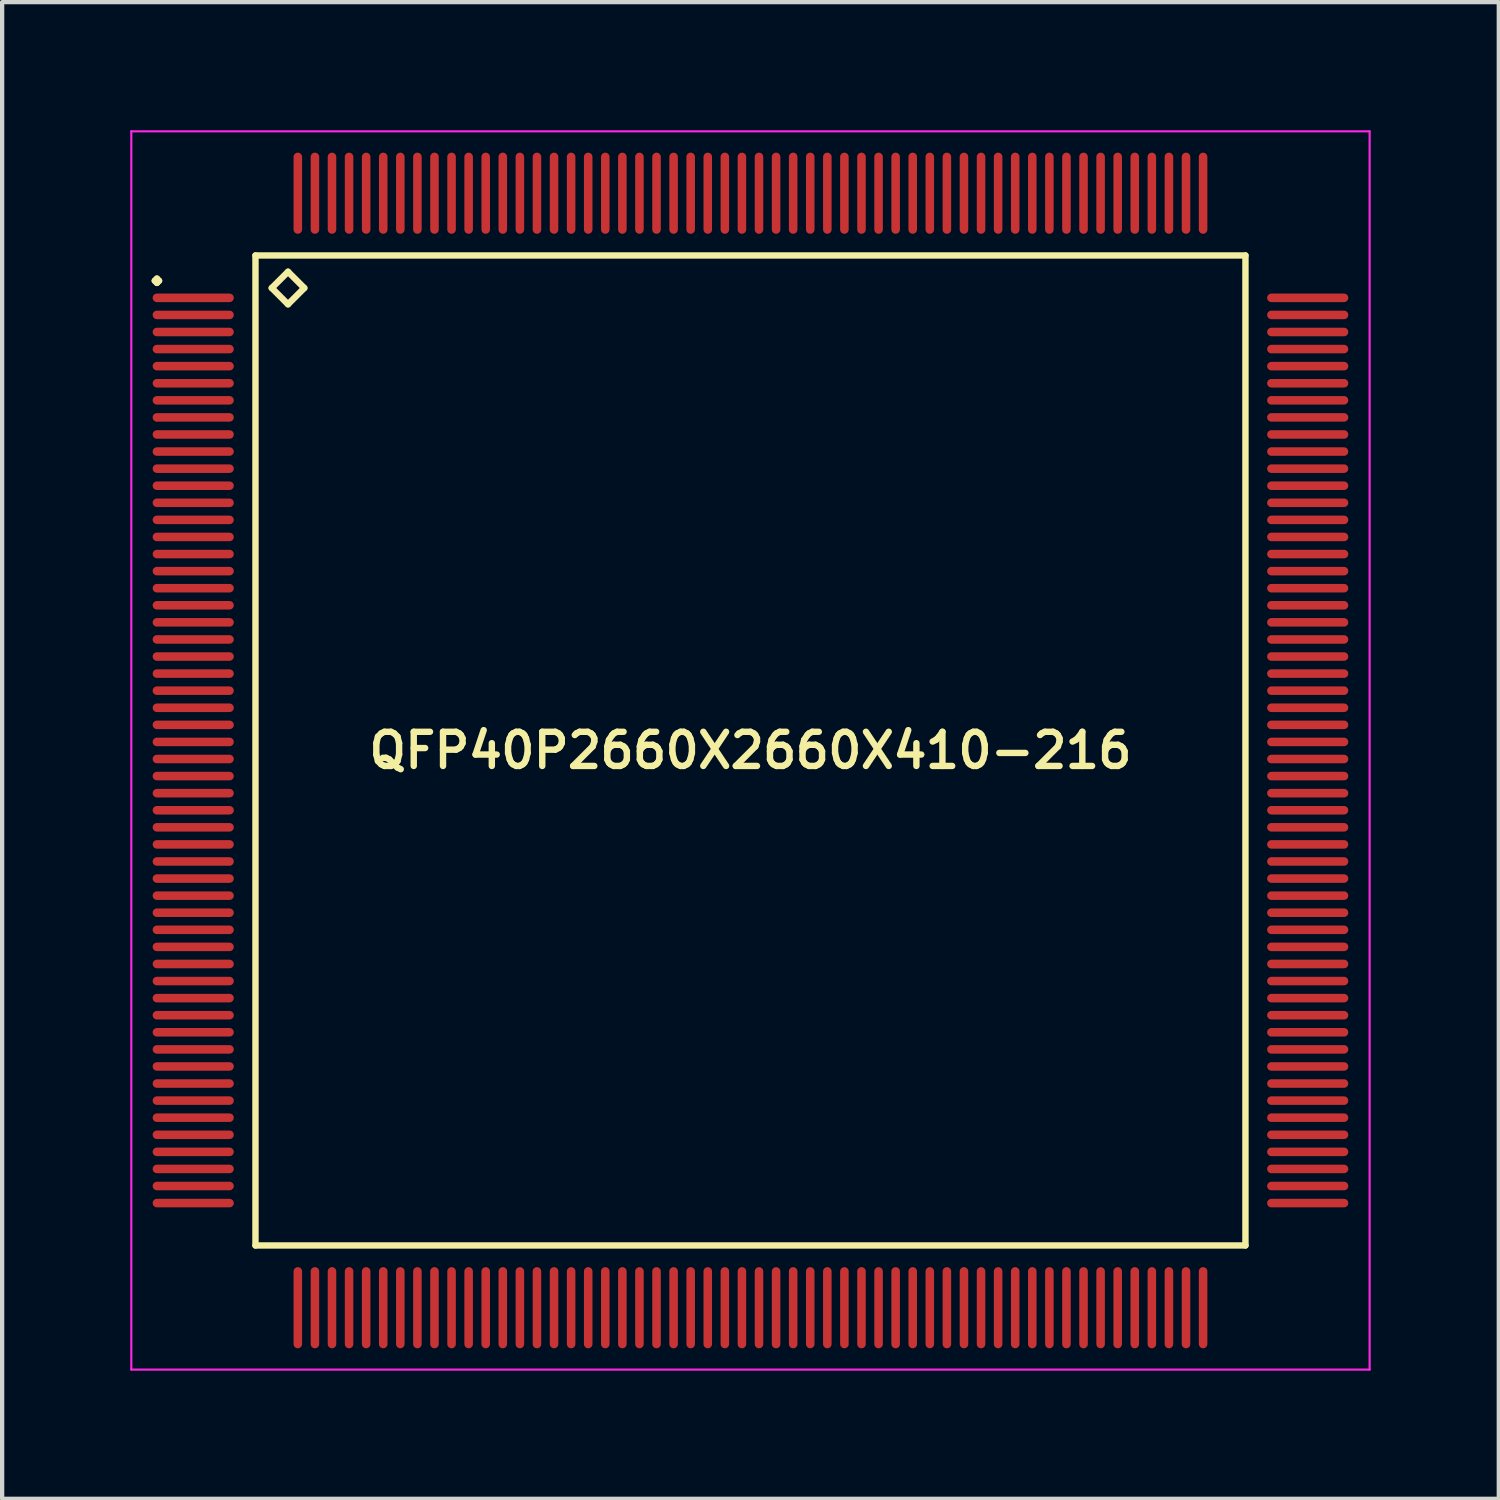
<source format=kicad_pcb>
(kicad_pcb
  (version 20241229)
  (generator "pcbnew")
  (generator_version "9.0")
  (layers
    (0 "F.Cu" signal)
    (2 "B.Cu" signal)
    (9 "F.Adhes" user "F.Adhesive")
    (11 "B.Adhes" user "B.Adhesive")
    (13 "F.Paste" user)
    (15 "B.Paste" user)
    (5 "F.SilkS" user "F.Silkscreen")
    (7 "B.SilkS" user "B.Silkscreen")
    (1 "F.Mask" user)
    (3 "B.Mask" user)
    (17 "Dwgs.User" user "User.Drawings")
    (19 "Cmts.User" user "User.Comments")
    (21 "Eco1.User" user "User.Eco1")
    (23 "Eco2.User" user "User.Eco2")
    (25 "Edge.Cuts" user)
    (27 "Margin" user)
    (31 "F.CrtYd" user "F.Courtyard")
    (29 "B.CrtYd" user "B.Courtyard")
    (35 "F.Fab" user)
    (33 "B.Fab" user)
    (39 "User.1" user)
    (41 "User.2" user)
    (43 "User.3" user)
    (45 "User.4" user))
  (footprint "QFP40P2660X2660X410-216"
    (layer "F.Cu")
    (at 14.525 14.525)
    (property "Reference" "QFP40P2660X2660X410-216" (at 0 0 0) (layer "F.SilkS") (effects (font (size 0.8 0.8) (thickness 0.15))))
    (attr smd)
    (fp_line (start -13.95 -11) (end -13.9 -11.05) (stroke (width 0.15) (type solid)) (layer "F.SilkS"))
    (fp_line (start -13.9 -11.05) (end -13.85 -11) (stroke (width 0.15) (type solid)) (layer "F.SilkS"))
    (fp_line (start -13.9 -10.95) (end -13.95 -11) (stroke (width 0.15) (type solid)) (layer "F.SilkS"))
    (fp_line (start -13.85 -11) (end -13.9 -10.95) (stroke (width 0.15) (type solid)) (layer "F.SilkS"))
    (fp_line (start -11.592 -11.592) (end -11.592 11.592) (stroke (width 0.15) (type solid)) (layer "F.SilkS"))
    (fp_line (start -11.592 11.592) (end 11.592 11.592) (stroke (width 0.15) (type solid)) (layer "F.SilkS"))
    (fp_line (start -11.211 -10.83) (end -10.83 -11.211) (stroke (width 0.15) (type solid)) (layer "F.SilkS"))
    (fp_line (start -10.83 -11.211) (end -10.449 -10.83) (stroke (width 0.15) (type solid)) (layer "F.SilkS"))
    (fp_line (start -10.83 -10.449) (end -11.211 -10.83) (stroke (width 0.15) (type solid)) (layer "F.SilkS"))
    (fp_line (start -10.449 -10.83) (end -10.83 -10.449) (stroke (width 0.15) (type solid)) (layer "F.SilkS"))
    (fp_line (start 11.592 -11.592) (end -11.592 -11.592) (stroke (width 0.15) (type solid)) (layer "F.SilkS"))
    (fp_line (start 11.592 11.592) (end 11.592 -11.592) (stroke (width 0.15) (type solid)) (layer "F.SilkS"))
    (fp_line (start -14.5 -14.5) (end 14.5 -14.5) (stroke (width 0.05) (type solid)) (layer "F.CrtYd"))
    (fp_line (start -14.5 14.5) (end -14.5 -14.5) (stroke (width 0.05) (type solid)) (layer "F.CrtYd"))
    (fp_line (start 14.5 -14.5) (end 14.5 14.5) (stroke (width 0.05) (type solid)) (layer "F.CrtYd"))
    (fp_line (start 14.5 14.5) (end -14.5 14.5) (stroke (width 0.05) (type solid)) (layer "F.CrtYd"))
    (pad "1" smd oval (at -13.05 -10.6) (size 1.9 0.2) (layers "F.Cu" "F.Mask" "F.Paste"))
    (pad "2" smd oval (at -13.05 -10.2) (size 1.9 0.2) (layers "F.Cu" "F.Mask" "F.Paste"))
    (pad "3" smd oval (at -13.05 -9.8) (size 1.9 0.2) (layers "F.Cu" "F.Mask" "F.Paste"))
    (pad "4" smd oval (at -13.05 -9.4) (size 1.9 0.2) (layers "F.Cu" "F.Mask" "F.Paste"))
    (pad "5" smd oval (at -13.05 -9) (size 1.9 0.2) (layers "F.Cu" "F.Mask" "F.Paste"))
    (pad "6" smd oval (at -13.05 -8.6) (size 1.9 0.2) (layers "F.Cu" "F.Mask" "F.Paste"))
    (pad "7" smd oval (at -13.05 -8.2) (size 1.9 0.2) (layers "F.Cu" "F.Mask" "F.Paste"))
    (pad "8" smd oval (at -13.05 -7.8) (size 1.9 0.2) (layers "F.Cu" "F.Mask" "F.Paste"))
    (pad "9" smd oval (at -13.05 -7.4) (size 1.9 0.2) (layers "F.Cu" "F.Mask" "F.Paste"))
    (pad "10" smd oval (at -13.05 -7) (size 1.9 0.2) (layers "F.Cu" "F.Mask" "F.Paste"))
    (pad "11" smd oval (at -13.05 -6.6) (size 1.9 0.2) (layers "F.Cu" "F.Mask" "F.Paste"))
    (pad "12" smd oval (at -13.05 -6.2) (size 1.9 0.2) (layers "F.Cu" "F.Mask" "F.Paste"))
    (pad "13" smd oval (at -13.05 -5.8) (size 1.9 0.2) (layers "F.Cu" "F.Mask" "F.Paste"))
    (pad "14" smd oval (at -13.05 -5.4) (size 1.9 0.2) (layers "F.Cu" "F.Mask" "F.Paste"))
    (pad "15" smd oval (at -13.05 -5) (size 1.9 0.2) (layers "F.Cu" "F.Mask" "F.Paste"))
    (pad "16" smd oval (at -13.05 -4.6) (size 1.9 0.2) (layers "F.Cu" "F.Mask" "F.Paste"))
    (pad "17" smd oval (at -13.05 -4.2) (size 1.9 0.2) (layers "F.Cu" "F.Mask" "F.Paste"))
    (pad "18" smd oval (at -13.05 -3.8) (size 1.9 0.2) (layers "F.Cu" "F.Mask" "F.Paste"))
    (pad "19" smd oval (at -13.05 -3.4) (size 1.9 0.2) (layers "F.Cu" "F.Mask" "F.Paste"))
    (pad "20" smd oval (at -13.05 -3) (size 1.9 0.2) (layers "F.Cu" "F.Mask" "F.Paste"))
    (pad "21" smd oval (at -13.05 -2.6) (size 1.9 0.2) (layers "F.Cu" "F.Mask" "F.Paste"))
    (pad "22" smd oval (at -13.05 -2.2) (size 1.9 0.2) (layers "F.Cu" "F.Mask" "F.Paste"))
    (pad "23" smd oval (at -13.05 -1.8) (size 1.9 0.2) (layers "F.Cu" "F.Mask" "F.Paste"))
    (pad "24" smd oval (at -13.05 -1.4) (size 1.9 0.2) (layers "F.Cu" "F.Mask" "F.Paste"))
    (pad "25" smd oval (at -13.05 -1) (size 1.9 0.2) (layers "F.Cu" "F.Mask" "F.Paste"))
    (pad "26" smd oval (at -13.05 -0.6) (size 1.9 0.2) (layers "F.Cu" "F.Mask" "F.Paste"))
    (pad "27" smd oval (at -13.05 -0.2) (size 1.9 0.2) (layers "F.Cu" "F.Mask" "F.Paste"))
    (pad "28" smd oval (at -13.05 0.2) (size 1.9 0.2) (layers "F.Cu" "F.Mask" "F.Paste"))
    (pad "29" smd oval (at -13.05 0.6) (size 1.9 0.2) (layers "F.Cu" "F.Mask" "F.Paste"))
    (pad "30" smd oval (at -13.05 1) (size 1.9 0.2) (layers "F.Cu" "F.Mask" "F.Paste"))
    (pad "31" smd oval (at -13.05 1.4) (size 1.9 0.2) (layers "F.Cu" "F.Mask" "F.Paste"))
    (pad "32" smd oval (at -13.05 1.8) (size 1.9 0.2) (layers "F.Cu" "F.Mask" "F.Paste"))
    (pad "33" smd oval (at -13.05 2.2) (size 1.9 0.2) (layers "F.Cu" "F.Mask" "F.Paste"))
    (pad "34" smd oval (at -13.05 2.6) (size 1.9 0.2) (layers "F.Cu" "F.Mask" "F.Paste"))
    (pad "35" smd oval (at -13.05 3) (size 1.9 0.2) (layers "F.Cu" "F.Mask" "F.Paste"))
    (pad "36" smd oval (at -13.05 3.4) (size 1.9 0.2) (layers "F.Cu" "F.Mask" "F.Paste"))
    (pad "37" smd oval (at -13.05 3.8) (size 1.9 0.2) (layers "F.Cu" "F.Mask" "F.Paste"))
    (pad "38" smd oval (at -13.05 4.2) (size 1.9 0.2) (layers "F.Cu" "F.Mask" "F.Paste"))
    (pad "39" smd oval (at -13.05 4.6) (size 1.9 0.2) (layers "F.Cu" "F.Mask" "F.Paste"))
    (pad "40" smd oval (at -13.05 5) (size 1.9 0.2) (layers "F.Cu" "F.Mask" "F.Paste"))
    (pad "41" smd oval (at -13.05 5.4) (size 1.9 0.2) (layers "F.Cu" "F.Mask" "F.Paste"))
    (pad "42" smd oval (at -13.05 5.8) (size 1.9 0.2) (layers "F.Cu" "F.Mask" "F.Paste"))
    (pad "43" smd oval (at -13.05 6.2) (size 1.9 0.2) (layers "F.Cu" "F.Mask" "F.Paste"))
    (pad "44" smd oval (at -13.05 6.6) (size 1.9 0.2) (layers "F.Cu" "F.Mask" "F.Paste"))
    (pad "45" smd oval (at -13.05 7) (size 1.9 0.2) (layers "F.Cu" "F.Mask" "F.Paste"))
    (pad "46" smd oval (at -13.05 7.4) (size 1.9 0.2) (layers "F.Cu" "F.Mask" "F.Paste"))
    (pad "47" smd oval (at -13.05 7.8) (size 1.9 0.2) (layers "F.Cu" "F.Mask" "F.Paste"))
    (pad "48" smd oval (at -13.05 8.2) (size 1.9 0.2) (layers "F.Cu" "F.Mask" "F.Paste"))
    (pad "49" smd oval (at -13.05 8.6) (size 1.9 0.2) (layers "F.Cu" "F.Mask" "F.Paste"))
    (pad "50" smd oval (at -13.05 9) (size 1.9 0.2) (layers "F.Cu" "F.Mask" "F.Paste"))
    (pad "51" smd oval (at -13.05 9.4) (size 1.9 0.2) (layers "F.Cu" "F.Mask" "F.Paste"))
    (pad "52" smd oval (at -13.05 9.8) (size 1.9 0.2) (layers "F.Cu" "F.Mask" "F.Paste"))
    (pad "53" smd oval (at -13.05 10.2) (size 1.9 0.2) (layers "F.Cu" "F.Mask" "F.Paste"))
    (pad "54" smd oval (at -13.05 10.6) (size 1.9 0.2) (layers "F.Cu" "F.Mask" "F.Paste"))
    (pad "55" smd oval (at -10.6 13.05) (size 0.2 1.9) (layers "F.Cu" "F.Mask" "F.Paste"))
    (pad "56" smd oval (at -10.2 13.05) (size 0.2 1.9) (layers "F.Cu" "F.Mask" "F.Paste"))
    (pad "57" smd oval (at -9.8 13.05) (size 0.2 1.9) (layers "F.Cu" "F.Mask" "F.Paste"))
    (pad "58" smd oval (at -9.4 13.05) (size 0.2 1.9) (layers "F.Cu" "F.Mask" "F.Paste"))
    (pad "59" smd oval (at -9 13.05) (size 0.2 1.9) (layers "F.Cu" "F.Mask" "F.Paste"))
    (pad "60" smd oval (at -8.6 13.05) (size 0.2 1.9) (layers "F.Cu" "F.Mask" "F.Paste"))
    (pad "61" smd oval (at -8.2 13.05) (size 0.2 1.9) (layers "F.Cu" "F.Mask" "F.Paste"))
    (pad "62" smd oval (at -7.8 13.05) (size 0.2 1.9) (layers "F.Cu" "F.Mask" "F.Paste"))
    (pad "63" smd oval (at -7.4 13.05) (size 0.2 1.9) (layers "F.Cu" "F.Mask" "F.Paste"))
    (pad "64" smd oval (at -7 13.05) (size 0.2 1.9) (layers "F.Cu" "F.Mask" "F.Paste"))
    (pad "65" smd oval (at -6.6 13.05) (size 0.2 1.9) (layers "F.Cu" "F.Mask" "F.Paste"))
    (pad "66" smd oval (at -6.2 13.05) (size 0.2 1.9) (layers "F.Cu" "F.Mask" "F.Paste"))
    (pad "67" smd oval (at -5.8 13.05) (size 0.2 1.9) (layers "F.Cu" "F.Mask" "F.Paste"))
    (pad "68" smd oval (at -5.4 13.05) (size 0.2 1.9) (layers "F.Cu" "F.Mask" "F.Paste"))
    (pad "69" smd oval (at -5 13.05) (size 0.2 1.9) (layers "F.Cu" "F.Mask" "F.Paste"))
    (pad "70" smd oval (at -4.6 13.05) (size 0.2 1.9) (layers "F.Cu" "F.Mask" "F.Paste"))
    (pad "71" smd oval (at -4.2 13.05) (size 0.2 1.9) (layers "F.Cu" "F.Mask" "F.Paste"))
    (pad "72" smd oval (at -3.8 13.05) (size 0.2 1.9) (layers "F.Cu" "F.Mask" "F.Paste"))
    (pad "73" smd oval (at -3.4 13.05) (size 0.2 1.9) (layers "F.Cu" "F.Mask" "F.Paste"))
    (pad "74" smd oval (at -3 13.05) (size 0.2 1.9) (layers "F.Cu" "F.Mask" "F.Paste"))
    (pad "75" smd oval (at -2.6 13.05) (size 0.2 1.9) (layers "F.Cu" "F.Mask" "F.Paste"))
    (pad "76" smd oval (at -2.2 13.05) (size 0.2 1.9) (layers "F.Cu" "F.Mask" "F.Paste"))
    (pad "77" smd oval (at -1.8 13.05) (size 0.2 1.9) (layers "F.Cu" "F.Mask" "F.Paste"))
    (pad "78" smd oval (at -1.4 13.05) (size 0.2 1.9) (layers "F.Cu" "F.Mask" "F.Paste"))
    (pad "79" smd oval (at -1 13.05) (size 0.2 1.9) (layers "F.Cu" "F.Mask" "F.Paste"))
    (pad "80" smd oval (at -0.6 13.05) (size 0.2 1.9) (layers "F.Cu" "F.Mask" "F.Paste"))
    (pad "81" smd oval (at -0.2 13.05) (size 0.2 1.9) (layers "F.Cu" "F.Mask" "F.Paste"))
    (pad "82" smd oval (at 0.2 13.05) (size 0.2 1.9) (layers "F.Cu" "F.Mask" "F.Paste"))
    (pad "83" smd oval (at 0.6 13.05) (size 0.2 1.9) (layers "F.Cu" "F.Mask" "F.Paste"))
    (pad "84" smd oval (at 1 13.05) (size 0.2 1.9) (layers "F.Cu" "F.Mask" "F.Paste"))
    (pad "85" smd oval (at 1.4 13.05) (size 0.2 1.9) (layers "F.Cu" "F.Mask" "F.Paste"))
    (pad "86" smd oval (at 1.8 13.05) (size 0.2 1.9) (layers "F.Cu" "F.Mask" "F.Paste"))
    (pad "87" smd oval (at 2.2 13.05) (size 0.2 1.9) (layers "F.Cu" "F.Mask" "F.Paste"))
    (pad "88" smd oval (at 2.6 13.05) (size 0.2 1.9) (layers "F.Cu" "F.Mask" "F.Paste"))
    (pad "89" smd oval (at 3 13.05) (size 0.2 1.9) (layers "F.Cu" "F.Mask" "F.Paste"))
    (pad "90" smd oval (at 3.4 13.05) (size 0.2 1.9) (layers "F.Cu" "F.Mask" "F.Paste"))
    (pad "91" smd oval (at 3.8 13.05) (size 0.2 1.9) (layers "F.Cu" "F.Mask" "F.Paste"))
    (pad "92" smd oval (at 4.2 13.05) (size 0.2 1.9) (layers "F.Cu" "F.Mask" "F.Paste"))
    (pad "93" smd oval (at 4.6 13.05) (size 0.2 1.9) (layers "F.Cu" "F.Mask" "F.Paste"))
    (pad "94" smd oval (at 5 13.05) (size 0.2 1.9) (layers "F.Cu" "F.Mask" "F.Paste"))
    (pad "95" smd oval (at 5.4 13.05) (size 0.2 1.9) (layers "F.Cu" "F.Mask" "F.Paste"))
    (pad "96" smd oval (at 5.8 13.05) (size 0.2 1.9) (layers "F.Cu" "F.Mask" "F.Paste"))
    (pad "97" smd oval (at 6.2 13.05) (size 0.2 1.9) (layers "F.Cu" "F.Mask" "F.Paste"))
    (pad "98" smd oval (at 6.6 13.05) (size 0.2 1.9) (layers "F.Cu" "F.Mask" "F.Paste"))
    (pad "99" smd oval (at 7 13.05) (size 0.2 1.9) (layers "F.Cu" "F.Mask" "F.Paste"))
    (pad "100" smd oval (at 7.4 13.05) (size 0.2 1.9) (layers "F.Cu" "F.Mask" "F.Paste"))
    (pad "101" smd oval (at 7.8 13.05) (size 0.2 1.9) (layers "F.Cu" "F.Mask" "F.Paste"))
    (pad "102" smd oval (at 8.2 13.05) (size 0.2 1.9) (layers "F.Cu" "F.Mask" "F.Paste"))
    (pad "103" smd oval (at 8.6 13.05) (size 0.2 1.9) (layers "F.Cu" "F.Mask" "F.Paste"))
    (pad "104" smd oval (at 9 13.05) (size 0.2 1.9) (layers "F.Cu" "F.Mask" "F.Paste"))
    (pad "105" smd oval (at 9.4 13.05) (size 0.2 1.9) (layers "F.Cu" "F.Mask" "F.Paste"))
    (pad "106" smd oval (at 9.8 13.05) (size 0.2 1.9) (layers "F.Cu" "F.Mask" "F.Paste"))
    (pad "107" smd oval (at 10.2 13.05) (size 0.2 1.9) (layers "F.Cu" "F.Mask" "F.Paste"))
    (pad "108" smd oval (at 10.6 13.05) (size 0.2 1.9) (layers "F.Cu" "F.Mask" "F.Paste"))
    (pad "109" smd oval (at 13.05 10.6) (size 1.9 0.2) (layers "F.Cu" "F.Mask" "F.Paste"))
    (pad "110" smd oval (at 13.05 10.2) (size 1.9 0.2) (layers "F.Cu" "F.Mask" "F.Paste"))
    (pad "111" smd oval (at 13.05 9.8) (size 1.9 0.2) (layers "F.Cu" "F.Mask" "F.Paste"))
    (pad "112" smd oval (at 13.05 9.4) (size 1.9 0.2) (layers "F.Cu" "F.Mask" "F.Paste"))
    (pad "113" smd oval (at 13.05 9) (size 1.9 0.2) (layers "F.Cu" "F.Mask" "F.Paste"))
    (pad "114" smd oval (at 13.05 8.6) (size 1.9 0.2) (layers "F.Cu" "F.Mask" "F.Paste"))
    (pad "115" smd oval (at 13.05 8.2) (size 1.9 0.2) (layers "F.Cu" "F.Mask" "F.Paste"))
    (pad "116" smd oval (at 13.05 7.8) (size 1.9 0.2) (layers "F.Cu" "F.Mask" "F.Paste"))
    (pad "117" smd oval (at 13.05 7.4) (size 1.9 0.2) (layers "F.Cu" "F.Mask" "F.Paste"))
    (pad "118" smd oval (at 13.05 7) (size 1.9 0.2) (layers "F.Cu" "F.Mask" "F.Paste"))
    (pad "119" smd oval (at 13.05 6.6) (size 1.9 0.2) (layers "F.Cu" "F.Mask" "F.Paste"))
    (pad "120" smd oval (at 13.05 6.2) (size 1.9 0.2) (layers "F.Cu" "F.Mask" "F.Paste"))
    (pad "121" smd oval (at 13.05 5.8) (size 1.9 0.2) (layers "F.Cu" "F.Mask" "F.Paste"))
    (pad "122" smd oval (at 13.05 5.4) (size 1.9 0.2) (layers "F.Cu" "F.Mask" "F.Paste"))
    (pad "123" smd oval (at 13.05 5) (size 1.9 0.2) (layers "F.Cu" "F.Mask" "F.Paste"))
    (pad "124" smd oval (at 13.05 4.6) (size 1.9 0.2) (layers "F.Cu" "F.Mask" "F.Paste"))
    (pad "125" smd oval (at 13.05 4.2) (size 1.9 0.2) (layers "F.Cu" "F.Mask" "F.Paste"))
    (pad "126" smd oval (at 13.05 3.8) (size 1.9 0.2) (layers "F.Cu" "F.Mask" "F.Paste"))
    (pad "127" smd oval (at 13.05 3.4) (size 1.9 0.2) (layers "F.Cu" "F.Mask" "F.Paste"))
    (pad "128" smd oval (at 13.05 3) (size 1.9 0.2) (layers "F.Cu" "F.Mask" "F.Paste"))
    (pad "129" smd oval (at 13.05 2.6) (size 1.9 0.2) (layers "F.Cu" "F.Mask" "F.Paste"))
    (pad "130" smd oval (at 13.05 2.2) (size 1.9 0.2) (layers "F.Cu" "F.Mask" "F.Paste"))
    (pad "131" smd oval (at 13.05 1.8) (size 1.9 0.2) (layers "F.Cu" "F.Mask" "F.Paste"))
    (pad "132" smd oval (at 13.05 1.4) (size 1.9 0.2) (layers "F.Cu" "F.Mask" "F.Paste"))
    (pad "133" smd oval (at 13.05 1) (size 1.9 0.2) (layers "F.Cu" "F.Mask" "F.Paste"))
    (pad "134" smd oval (at 13.05 0.6) (size 1.9 0.2) (layers "F.Cu" "F.Mask" "F.Paste"))
    (pad "135" smd oval (at 13.05 0.2) (size 1.9 0.2) (layers "F.Cu" "F.Mask" "F.Paste"))
    (pad "136" smd oval (at 13.05 -0.2) (size 1.9 0.2) (layers "F.Cu" "F.Mask" "F.Paste"))
    (pad "137" smd oval (at 13.05 -0.6) (size 1.9 0.2) (layers "F.Cu" "F.Mask" "F.Paste"))
    (pad "138" smd oval (at 13.05 -1) (size 1.9 0.2) (layers "F.Cu" "F.Mask" "F.Paste"))
    (pad "139" smd oval (at 13.05 -1.4) (size 1.9 0.2) (layers "F.Cu" "F.Mask" "F.Paste"))
    (pad "140" smd oval (at 13.05 -1.8) (size 1.9 0.2) (layers "F.Cu" "F.Mask" "F.Paste"))
    (pad "141" smd oval (at 13.05 -2.2) (size 1.9 0.2) (layers "F.Cu" "F.Mask" "F.Paste"))
    (pad "142" smd oval (at 13.05 -2.6) (size 1.9 0.2) (layers "F.Cu" "F.Mask" "F.Paste"))
    (pad "143" smd oval (at 13.05 -3) (size 1.9 0.2) (layers "F.Cu" "F.Mask" "F.Paste"))
    (pad "144" smd oval (at 13.05 -3.4) (size 1.9 0.2) (layers "F.Cu" "F.Mask" "F.Paste"))
    (pad "145" smd oval (at 13.05 -3.8) (size 1.9 0.2) (layers "F.Cu" "F.Mask" "F.Paste"))
    (pad "146" smd oval (at 13.05 -4.2) (size 1.9 0.2) (layers "F.Cu" "F.Mask" "F.Paste"))
    (pad "147" smd oval (at 13.05 -4.6) (size 1.9 0.2) (layers "F.Cu" "F.Mask" "F.Paste"))
    (pad "148" smd oval (at 13.05 -5) (size 1.9 0.2) (layers "F.Cu" "F.Mask" "F.Paste"))
    (pad "149" smd oval (at 13.05 -5.4) (size 1.9 0.2) (layers "F.Cu" "F.Mask" "F.Paste"))
    (pad "150" smd oval (at 13.05 -5.8) (size 1.9 0.2) (layers "F.Cu" "F.Mask" "F.Paste"))
    (pad "151" smd oval (at 13.05 -6.2) (size 1.9 0.2) (layers "F.Cu" "F.Mask" "F.Paste"))
    (pad "152" smd oval (at 13.05 -6.6) (size 1.9 0.2) (layers "F.Cu" "F.Mask" "F.Paste"))
    (pad "153" smd oval (at 13.05 -7) (size 1.9 0.2) (layers "F.Cu" "F.Mask" "F.Paste"))
    (pad "154" smd oval (at 13.05 -7.4) (size 1.9 0.2) (layers "F.Cu" "F.Mask" "F.Paste"))
    (pad "155" smd oval (at 13.05 -7.8) (size 1.9 0.2) (layers "F.Cu" "F.Mask" "F.Paste"))
    (pad "156" smd oval (at 13.05 -8.2) (size 1.9 0.2) (layers "F.Cu" "F.Mask" "F.Paste"))
    (pad "157" smd oval (at 13.05 -8.6) (size 1.9 0.2) (layers "F.Cu" "F.Mask" "F.Paste"))
    (pad "158" smd oval (at 13.05 -9) (size 1.9 0.2) (layers "F.Cu" "F.Mask" "F.Paste"))
    (pad "159" smd oval (at 13.05 -9.4) (size 1.9 0.2) (layers "F.Cu" "F.Mask" "F.Paste"))
    (pad "160" smd oval (at 13.05 -9.8) (size 1.9 0.2) (layers "F.Cu" "F.Mask" "F.Paste"))
    (pad "161" smd oval (at 13.05 -10.2) (size 1.9 0.2) (layers "F.Cu" "F.Mask" "F.Paste"))
    (pad "162" smd oval (at 13.05 -10.6) (size 1.9 0.2) (layers "F.Cu" "F.Mask" "F.Paste"))
    (pad "163" smd oval (at 10.6 -13.05) (size 0.2 1.9) (layers "F.Cu" "F.Mask" "F.Paste"))
    (pad "164" smd oval (at 10.2 -13.05) (size 0.2 1.9) (layers "F.Cu" "F.Mask" "F.Paste"))
    (pad "165" smd oval (at 9.8 -13.05) (size 0.2 1.9) (layers "F.Cu" "F.Mask" "F.Paste"))
    (pad "166" smd oval (at 9.4 -13.05) (size 0.2 1.9) (layers "F.Cu" "F.Mask" "F.Paste"))
    (pad "167" smd oval (at 9 -13.05) (size 0.2 1.9) (layers "F.Cu" "F.Mask" "F.Paste"))
    (pad "168" smd oval (at 8.6 -13.05) (size 0.2 1.9) (layers "F.Cu" "F.Mask" "F.Paste"))
    (pad "169" smd oval (at 8.2 -13.05) (size 0.2 1.9) (layers "F.Cu" "F.Mask" "F.Paste"))
    (pad "170" smd oval (at 7.8 -13.05) (size 0.2 1.9) (layers "F.Cu" "F.Mask" "F.Paste"))
    (pad "171" smd oval (at 7.4 -13.05) (size 0.2 1.9) (layers "F.Cu" "F.Mask" "F.Paste"))
    (pad "172" smd oval (at 7 -13.05) (size 0.2 1.9) (layers "F.Cu" "F.Mask" "F.Paste"))
    (pad "173" smd oval (at 6.6 -13.05) (size 0.2 1.9) (layers "F.Cu" "F.Mask" "F.Paste"))
    (pad "174" smd oval (at 6.2 -13.05) (size 0.2 1.9) (layers "F.Cu" "F.Mask" "F.Paste"))
    (pad "175" smd oval (at 5.8 -13.05) (size 0.2 1.9) (layers "F.Cu" "F.Mask" "F.Paste"))
    (pad "176" smd oval (at 5.4 -13.05) (size 0.2 1.9) (layers "F.Cu" "F.Mask" "F.Paste"))
    (pad "177" smd oval (at 5 -13.05) (size 0.2 1.9) (layers "F.Cu" "F.Mask" "F.Paste"))
    (pad "178" smd oval (at 4.6 -13.05) (size 0.2 1.9) (layers "F.Cu" "F.Mask" "F.Paste"))
    (pad "179" smd oval (at 4.2 -13.05) (size 0.2 1.9) (layers "F.Cu" "F.Mask" "F.Paste"))
    (pad "180" smd oval (at 3.8 -13.05) (size 0.2 1.9) (layers "F.Cu" "F.Mask" "F.Paste"))
    (pad "181" smd oval (at 3.4 -13.05) (size 0.2 1.9) (layers "F.Cu" "F.Mask" "F.Paste"))
    (pad "182" smd oval (at 3 -13.05) (size 0.2 1.9) (layers "F.Cu" "F.Mask" "F.Paste"))
    (pad "183" smd oval (at 2.6 -13.05) (size 0.2 1.9) (layers "F.Cu" "F.Mask" "F.Paste"))
    (pad "184" smd oval (at 2.2 -13.05) (size 0.2 1.9) (layers "F.Cu" "F.Mask" "F.Paste"))
    (pad "185" smd oval (at 1.8 -13.05) (size 0.2 1.9) (layers "F.Cu" "F.Mask" "F.Paste"))
    (pad "186" smd oval (at 1.4 -13.05) (size 0.2 1.9) (layers "F.Cu" "F.Mask" "F.Paste"))
    (pad "187" smd oval (at 1 -13.05) (size 0.2 1.9) (layers "F.Cu" "F.Mask" "F.Paste"))
    (pad "188" smd oval (at 0.6 -13.05) (size 0.2 1.9) (layers "F.Cu" "F.Mask" "F.Paste"))
    (pad "189" smd oval (at 0.2 -13.05) (size 0.2 1.9) (layers "F.Cu" "F.Mask" "F.Paste"))
    (pad "190" smd oval (at -0.2 -13.05) (size 0.2 1.9) (layers "F.Cu" "F.Mask" "F.Paste"))
    (pad "191" smd oval (at -0.6 -13.05) (size 0.2 1.9) (layers "F.Cu" "F.Mask" "F.Paste"))
    (pad "192" smd oval (at -1 -13.05) (size 0.2 1.9) (layers "F.Cu" "F.Mask" "F.Paste"))
    (pad "193" smd oval (at -1.4 -13.05) (size 0.2 1.9) (layers "F.Cu" "F.Mask" "F.Paste"))
    (pad "194" smd oval (at -1.8 -13.05) (size 0.2 1.9) (layers "F.Cu" "F.Mask" "F.Paste"))
    (pad "195" smd oval (at -2.2 -13.05) (size 0.2 1.9) (layers "F.Cu" "F.Mask" "F.Paste"))
    (pad "196" smd oval (at -2.6 -13.05) (size 0.2 1.9) (layers "F.Cu" "F.Mask" "F.Paste"))
    (pad "197" smd oval (at -3 -13.05) (size 0.2 1.9) (layers "F.Cu" "F.Mask" "F.Paste"))
    (pad "198" smd oval (at -3.4 -13.05) (size 0.2 1.9) (layers "F.Cu" "F.Mask" "F.Paste"))
    (pad "199" smd oval (at -3.8 -13.05) (size 0.2 1.9) (layers "F.Cu" "F.Mask" "F.Paste"))
    (pad "200" smd oval (at -4.2 -13.05) (size 0.2 1.9) (layers "F.Cu" "F.Mask" "F.Paste"))
    (pad "201" smd oval (at -4.6 -13.05) (size 0.2 1.9) (layers "F.Cu" "F.Mask" "F.Paste"))
    (pad "202" smd oval (at -5 -13.05) (size 0.2 1.9) (layers "F.Cu" "F.Mask" "F.Paste"))
    (pad "203" smd oval (at -5.4 -13.05) (size 0.2 1.9) (layers "F.Cu" "F.Mask" "F.Paste"))
    (pad "204" smd oval (at -5.8 -13.05) (size 0.2 1.9) (layers "F.Cu" "F.Mask" "F.Paste"))
    (pad "205" smd oval (at -6.2 -13.05) (size 0.2 1.9) (layers "F.Cu" "F.Mask" "F.Paste"))
    (pad "206" smd oval (at -6.6 -13.05) (size 0.2 1.9) (layers "F.Cu" "F.Mask" "F.Paste"))
    (pad "207" smd oval (at -7 -13.05) (size 0.2 1.9) (layers "F.Cu" "F.Mask" "F.Paste"))
    (pad "208" smd oval (at -7.4 -13.05) (size 0.2 1.9) (layers "F.Cu" "F.Mask" "F.Paste"))
    (pad "209" smd oval (at -7.8 -13.05) (size 0.2 1.9) (layers "F.Cu" "F.Mask" "F.Paste"))
    (pad "210" smd oval (at -8.2 -13.05) (size 0.2 1.9) (layers "F.Cu" "F.Mask" "F.Paste"))
    (pad "211" smd oval (at -8.6 -13.05) (size 0.2 1.9) (layers "F.Cu" "F.Mask" "F.Paste"))
    (pad "212" smd oval (at -9 -13.05) (size 0.2 1.9) (layers "F.Cu" "F.Mask" "F.Paste"))
    (pad "213" smd oval (at -9.4 -13.05) (size 0.2 1.9) (layers "F.Cu" "F.Mask" "F.Paste"))
    (pad "214" smd oval (at -9.8 -13.05) (size 0.2 1.9) (layers "F.Cu" "F.Mask" "F.Paste"))
    (pad "215" smd oval (at -10.2 -13.05) (size 0.2 1.9) (layers "F.Cu" "F.Mask" "F.Paste"))
    (pad "216" smd oval (at -10.6 -13.05) (size 0.2 1.9) (layers "F.Cu" "F.Mask" "F.Paste")))
  (gr_rect
    (start -3 -3)
    (end 32.05 32.05)
    (stroke (width 0.1) (type default))
    (fill no)
    (layer "Edge.Cuts")))
</source>
